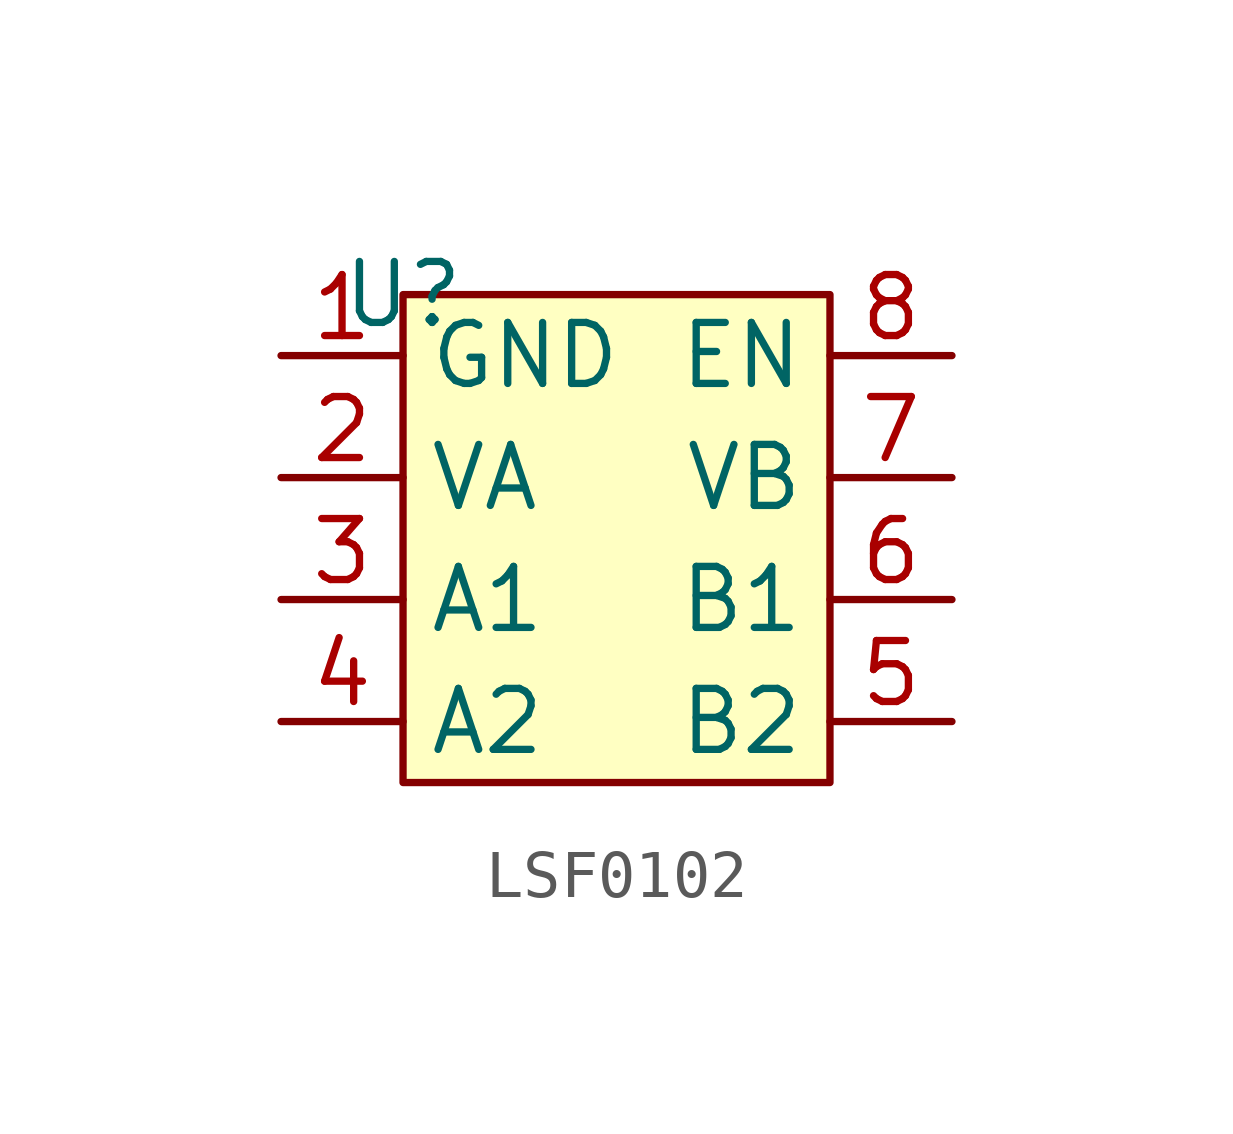
<source format=kicad_sym>
(kicad_symbol_lib
  (version 20231120)
  (generator "kicad_symbol_editor")
  (generator_version "8.0")
  (symbol "LSF0102"
    (property "Reference" "U"
      (at 0 0 0)
      (effects (font (size 1.27 1.27))))
    (property "Value" ""
      (at 0 0 0)
      (effects (font (size 1.27 1.27))))
    (symbol "LSF0102_1_1"
      (rectangle (start 0 0) (end 8.89 -10.16) (stroke (width 0) (type default)) (fill (type background)))
      (pin input line (at -2.54 -1.27 0) (length 2.54) (name "GND" (effects (font (size 1.27 1.27)))) (number "1" (effects (font (size 1.27 1.27)))))
      (pin input line (at -2.54 -3.81 0) (length 2.54) (name "VA" (effects (font (size 1.27 1.27)))) (number "2" (effects (font (size 1.27 1.27)))))
      (pin input line (at -2.54 -6.35 0) (length 2.54) (name "A1" (effects (font (size 1.27 1.27)))) (number "3" (effects (font (size 1.27 1.27)))))
      (pin input line (at -2.54 -8.89 0) (length 2.54) (name "A2" (effects (font (size 1.27 1.27)))) (number "4" (effects (font (size 1.27 1.27)))))
      (pin input line (at 11.43 -8.89 180) (length 2.54) (name "B2" (effects (font (size 1.27 1.27)))) (number "5" (effects (font (size 1.27 1.27)))))
      (pin input line (at 11.43 -6.35 180) (length 2.54) (name "B1" (effects (font (size 1.27 1.27)))) (number "6" (effects (font (size 1.27 1.27)))))
      (pin input line (at 11.43 -3.81 180) (length 2.54) (name "VB" (effects (font (size 1.27 1.27)))) (number "7" (effects (font (size 1.27 1.27)))))
      (pin input line (at 11.43 -1.27 180) (length 2.54) (name "EN" (effects (font (size 1.27 1.27)))) (number "8" (effects (font (size 1.27 1.27))))))))
</source>
